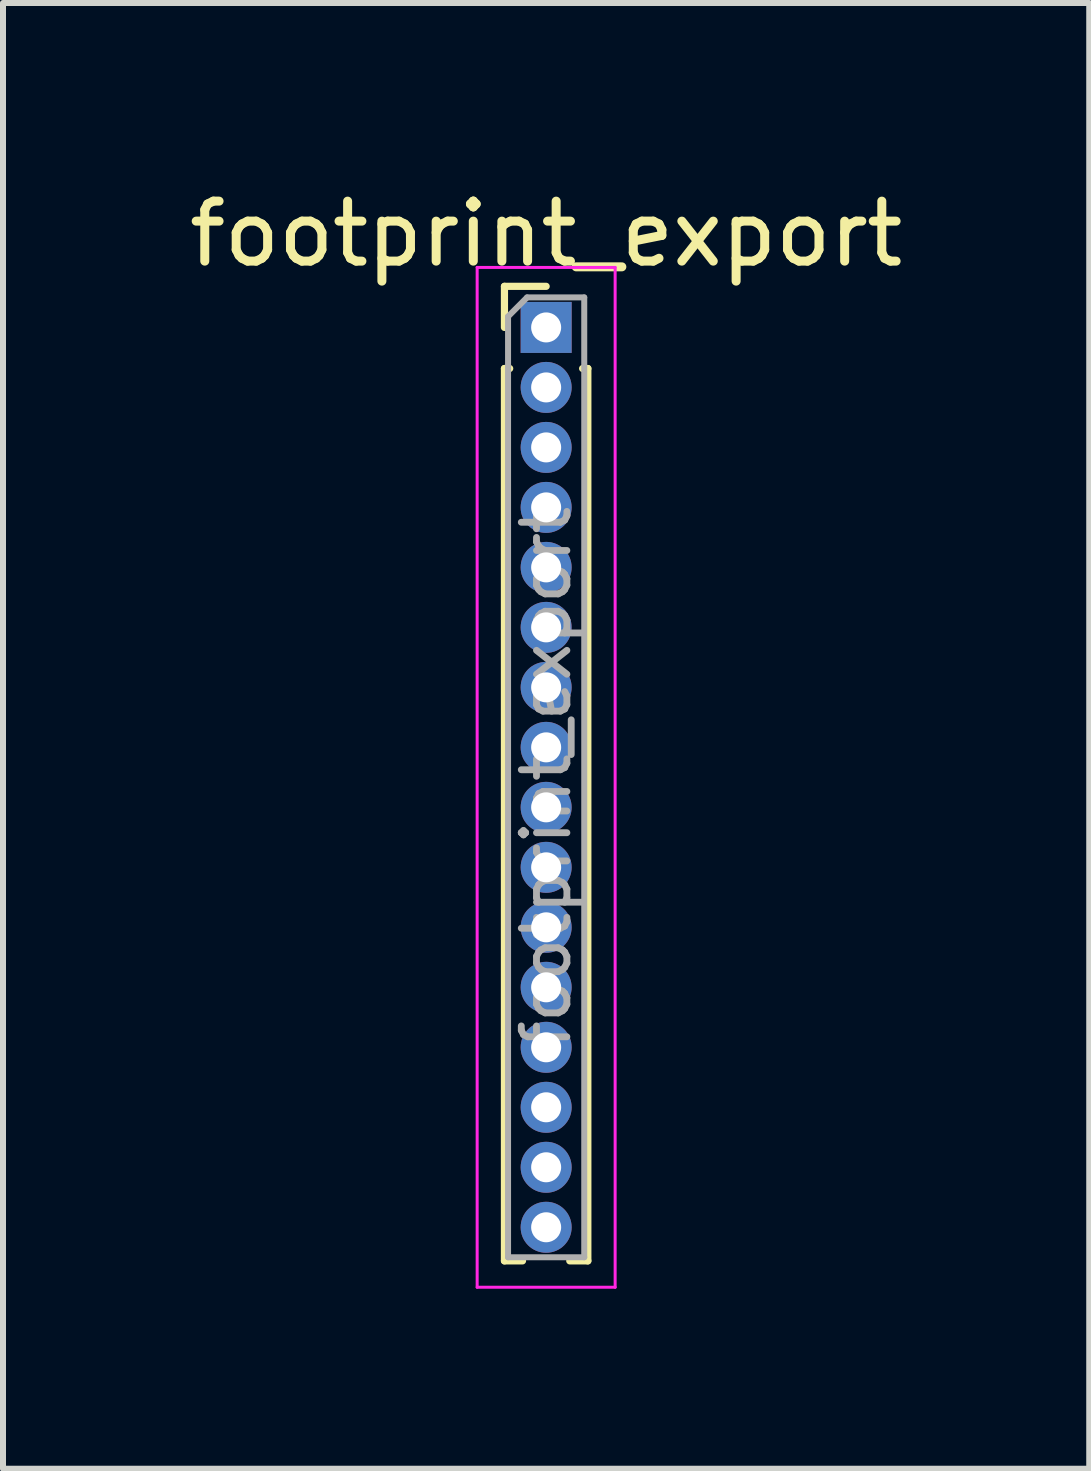
<source format=kicad_pcb>
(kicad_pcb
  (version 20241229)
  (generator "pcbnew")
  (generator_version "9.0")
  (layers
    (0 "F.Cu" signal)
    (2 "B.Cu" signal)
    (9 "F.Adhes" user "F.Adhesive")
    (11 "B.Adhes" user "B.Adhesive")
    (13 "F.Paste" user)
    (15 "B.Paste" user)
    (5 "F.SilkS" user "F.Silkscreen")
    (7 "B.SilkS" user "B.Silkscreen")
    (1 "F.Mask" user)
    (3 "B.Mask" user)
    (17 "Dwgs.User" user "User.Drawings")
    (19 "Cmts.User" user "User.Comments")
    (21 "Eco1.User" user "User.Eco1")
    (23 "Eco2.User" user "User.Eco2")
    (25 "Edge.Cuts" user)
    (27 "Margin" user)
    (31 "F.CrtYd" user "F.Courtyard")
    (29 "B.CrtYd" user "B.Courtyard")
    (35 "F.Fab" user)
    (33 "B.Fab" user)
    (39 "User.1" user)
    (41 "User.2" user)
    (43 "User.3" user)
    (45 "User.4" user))
  (footprint "footprint_export"
    (layer "F.Cu")
    (at 6.054 2.408)
    (property "Reference" "footprint_export" (at 0 -1.56 0) (layer "F.SilkS") (effects (font (size 1 1) (thickness 0.15))))
    (attr through_hole)
    (fp_line (start -0.695 -0.685) (end 0 -0.685) (stroke (width 0.12) (type solid)) (layer "F.SilkS"))
    (fp_line (start -0.695 0) (end -0.695 -0.685) (stroke (width 0.12) (type solid)) (layer "F.SilkS"))
    (fp_line (start -0.695 0.685) (end -0.695 15.56) (stroke (width 0.12) (type solid)) (layer "F.SilkS"))
    (fp_line (start -0.695 0.685) (end -0.608 0.685) (stroke (width 0.12) (type solid)) (layer "F.SilkS"))
    (fp_line (start -0.695 15.56) (end -0.394 15.56) (stroke (width 0.12) (type solid)) (layer "F.SilkS"))
    (fp_line (start 0.394 15.56) (end 0.695 15.56) (stroke (width 0.12) (type solid)) (layer "F.SilkS"))
    (fp_line (start 0.608 0.685) (end 0.695 0.685) (stroke (width 0.12) (type solid)) (layer "F.SilkS"))
    (fp_line (start 0.695 0.685) (end 0.695 15.56) (stroke (width 0.12) (type solid)) (layer "F.SilkS"))
    (fp_line (start -1.15 -1) (end -1.15 16) (stroke (width 0.05) (type solid)) (layer "F.CrtYd"))
    (fp_line (start -1.15 16) (end 1.15 16) (stroke (width 0.05) (type solid)) (layer "F.CrtYd"))
    (fp_line (start 1.15 -1) (end -1.15 -1) (stroke (width 0.05) (type solid)) (layer "F.CrtYd"))
    (fp_line (start 1.15 16) (end 1.15 -1) (stroke (width 0.05) (type solid)) (layer "F.CrtYd"))
    (fp_line (start -0.635 -0.182) (end -0.318 -0.5) (stroke (width 0.1) (type solid)) (layer "F.Fab"))
    (fp_line (start -0.635 15.5) (end -0.635 -0.182) (stroke (width 0.1) (type solid)) (layer "F.Fab"))
    (fp_line (start -0.318 -0.5) (end 0.635 -0.5) (stroke (width 0.1) (type solid)) (layer "F.Fab"))
    (fp_line (start 0.635 -0.5) (end 0.635 15.5) (stroke (width 0.1) (type solid)) (layer "F.Fab"))
    (fp_line (start 0.635 15.5) (end -0.635 15.5) (stroke (width 0.1) (type solid)) (layer "F.Fab"))
    (fp_text user "${REFERENCE}" (at 0 7.5 90) (layer "F.Fab") (effects (font (size 0.76 0.76) (thickness 0.114))))
    (pad "1" thru_hole rect (at 0 0) (size 0.85 0.85) (drill 0.5) (layers "*.Cu" "*.Mask"))
    (pad "2" thru_hole oval (at 0 1) (size 0.85 0.85) (drill 0.5) (layers "*.Cu" "*.Mask"))
    (pad "3" thru_hole oval (at 0 2) (size 0.85 0.85) (drill 0.5) (layers "*.Cu" "*.Mask"))
    (pad "4" thru_hole oval (at 0 3) (size 0.85 0.85) (drill 0.5) (layers "*.Cu" "*.Mask"))
    (pad "5" thru_hole oval (at 0 4) (size 0.85 0.85) (drill 0.5) (layers "*.Cu" "*.Mask"))
    (pad "6" thru_hole oval (at 0 5) (size 0.85 0.85) (drill 0.5) (layers "*.Cu" "*.Mask"))
    (pad "7" thru_hole oval (at 0 6) (size 0.85 0.85) (drill 0.5) (layers "*.Cu" "*.Mask"))
    (pad "8" thru_hole oval (at 0 7) (size 0.85 0.85) (drill 0.5) (layers "*.Cu" "*.Mask"))
    (pad "9" thru_hole oval (at 0 8) (size 0.85 0.85) (drill 0.5) (layers "*.Cu" "*.Mask"))
    (pad "10" thru_hole oval (at 0 9) (size 0.85 0.85) (drill 0.5) (layers "*.Cu" "*.Mask"))
    (pad "11" thru_hole oval (at 0 10) (size 0.85 0.85) (drill 0.5) (layers "*.Cu" "*.Mask"))
    (pad "12" thru_hole oval (at 0 11) (size 0.85 0.85) (drill 0.5) (layers "*.Cu" "*.Mask"))
    (pad "13" thru_hole oval (at 0 12) (size 0.85 0.85) (drill 0.5) (layers "*.Cu" "*.Mask"))
    (pad "14" thru_hole oval (at 0 13) (size 0.85 0.85) (drill 0.5) (layers "*.Cu" "*.Mask"))
    (pad "15" thru_hole oval (at 0 14) (size 0.85 0.85) (drill 0.5) (layers "*.Cu" "*.Mask"))
    (pad "16" thru_hole oval (at 0 15) (size 0.85 0.85) (drill 0.5) (layers "*.Cu" "*.Mask")))
  (gr_rect
    (start -3 -3)
    (end 15.107 21.433)
    (stroke (width 0.1) (type default))
    (fill no)
    (layer "Edge.Cuts")))
</source>
